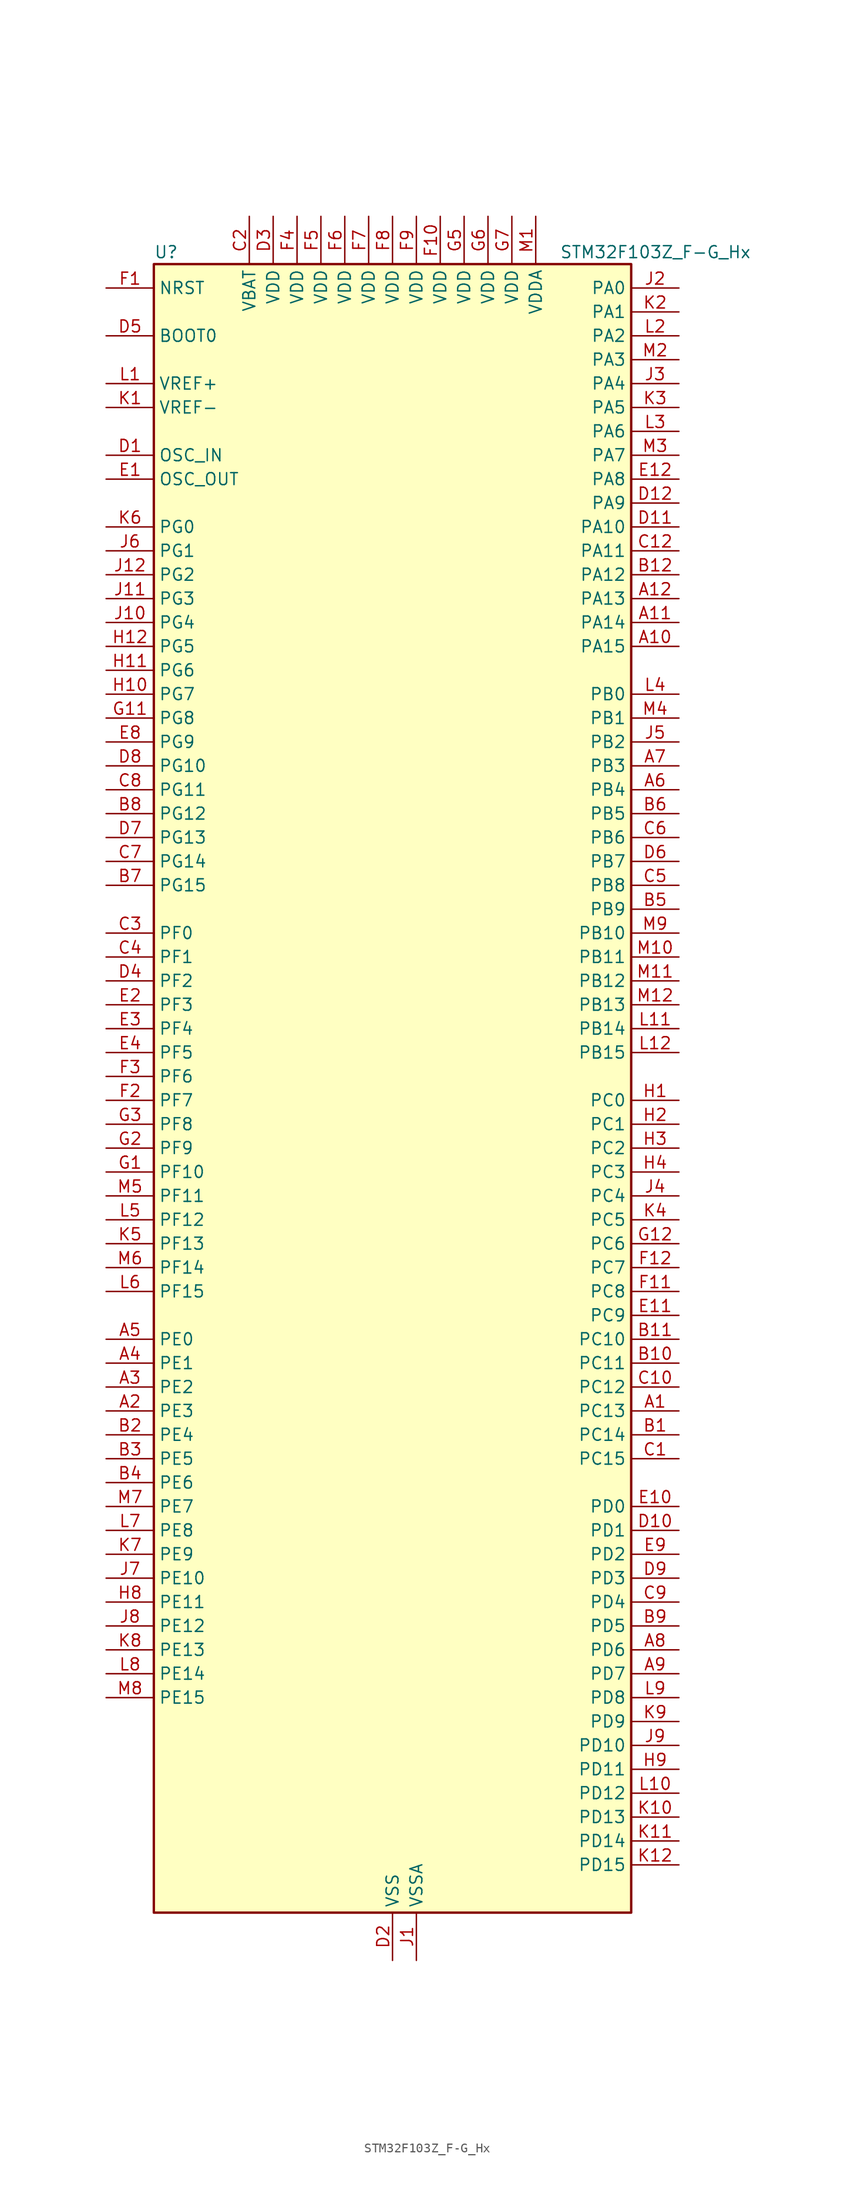
<source format=kicad_sym>
(kicad_symbol_lib
  (version 20231120)
  (generator "kicad_symbol_editor")
  (generator_version "8.0")
  (symbol "STM32F103Z_F-G_Hx"
    (property "Reference" "U"
      (at -25.4 90.17 0)
      (effects (font (size 1.27 1.27)) (justify left)))
    (property "Value" "STM32F103Z_F-G_Hx"
      (at 17.78 90.17 0)
      (effects (font (size 1.27 1.27)) (justify left)))
    (property "ki_locked" ""
      (at 0 0 0)
      (effects (font (size 1.27 1.27))))
    (symbol "STM32F103Z_F-G_Hx_0_1"
      (rectangle (start -25.4 -86.36) (end 25.4 88.9) (stroke (width 0.254) (type default)) (fill (type background))))
    (symbol "STM32F103Z_F-G_Hx_1_1"
      (pin bidirectional line (at 30.48 -33.02 180) (length 5.08) (name "PC13" (effects (font (size 1.27 1.27)))) (number "A1" (effects (font (size 1.27 1.27)))) (alternate "RTC_OUT" bidirectional line) (alternate "RTC_TAMPER" bidirectional line))
      (pin bidirectional line (at 30.48 48.26 180) (length 5.08) (name "PA15" (effects (font (size 1.27 1.27)))) (number "A10" (effects (font (size 1.27 1.27)))) (alternate "ADC1_EXTI15" bidirectional line) (alternate "ADC2_EXTI15" bidirectional line) (alternate "I2S3_WS" bidirectional line) (alternate "SPI1_NSS" bidirectional line) (alternate "SPI3_NSS" bidirectional line) (alternate "SYS_JTDI" bidirectional line) (alternate "TIM2_CH1" bidirectional line) (alternate "TIM2_ETR" bidirectional line))
      (pin bidirectional line (at 30.48 50.8 180) (length 5.08) (name "PA14" (effects (font (size 1.27 1.27)))) (number "A11" (effects (font (size 1.27 1.27)))) (alternate "SYS_JTCK-SWCLK" bidirectional line))
      (pin bidirectional line (at 30.48 53.34 180) (length 5.08) (name "PA13" (effects (font (size 1.27 1.27)))) (number "A12" (effects (font (size 1.27 1.27)))) (alternate "SYS_JTMS-SWDIO" bidirectional line))
      (pin bidirectional line (at -30.48 -33.02 0) (length 5.08) (name "PE3" (effects (font (size 1.27 1.27)))) (number "A2" (effects (font (size 1.27 1.27)))) (alternate "FSMC_A19" bidirectional line) (alternate "SYS_TRACED0" bidirectional line))
      (pin bidirectional line (at -30.48 -30.48 0) (length 5.08) (name "PE2" (effects (font (size 1.27 1.27)))) (number "A3" (effects (font (size 1.27 1.27)))) (alternate "FSMC_A23" bidirectional line) (alternate "SYS_TRACECLK" bidirectional line))
      (pin bidirectional line (at -30.48 -27.94 0) (length 5.08) (name "PE1" (effects (font (size 1.27 1.27)))) (number "A4" (effects (font (size 1.27 1.27)))) (alternate "FSMC_NBL1" bidirectional line))
      (pin bidirectional line (at -30.48 -25.4 0) (length 5.08) (name "PE0" (effects (font (size 1.27 1.27)))) (number "A5" (effects (font (size 1.27 1.27)))) (alternate "FSMC_NBL0" bidirectional line) (alternate "TIM4_ETR" bidirectional line))
      (pin bidirectional line (at 30.48 33.02 180) (length 5.08) (name "PB4" (effects (font (size 1.27 1.27)))) (number "A6" (effects (font (size 1.27 1.27)))) (alternate "SPI1_MISO" bidirectional line) (alternate "SPI3_MISO" bidirectional line) (alternate "SYS_NJTRST" bidirectional line) (alternate "TIM3_CH1" bidirectional line))
      (pin bidirectional line (at 30.48 35.56 180) (length 5.08) (name "PB3" (effects (font (size 1.27 1.27)))) (number "A7" (effects (font (size 1.27 1.27)))) (alternate "I2S3_CK" bidirectional line) (alternate "SPI1_SCK" bidirectional line) (alternate "SPI3_SCK" bidirectional line) (alternate "SYS_JTDO-TRACESWO" bidirectional line) (alternate "TIM2_CH2" bidirectional line))
      (pin bidirectional line (at 30.48 -58.42 180) (length 5.08) (name "PD6" (effects (font (size 1.27 1.27)))) (number "A8" (effects (font (size 1.27 1.27)))) (alternate "FSMC_NWAIT" bidirectional line) (alternate "USART2_RX" bidirectional line))
      (pin bidirectional line (at 30.48 -60.96 180) (length 5.08) (name "PD7" (effects (font (size 1.27 1.27)))) (number "A9" (effects (font (size 1.27 1.27)))) (alternate "FSMC_NCE2" bidirectional line) (alternate "FSMC_NE1" bidirectional line) (alternate "USART2_CK" bidirectional line))
      (pin bidirectional line (at 30.48 -35.56 180) (length 5.08) (name "PC14" (effects (font (size 1.27 1.27)))) (number "B1" (effects (font (size 1.27 1.27)))) (alternate "RCC_OSC32_IN" bidirectional line))
      (pin bidirectional line (at 30.48 -27.94 180) (length 5.08) (name "PC11" (effects (font (size 1.27 1.27)))) (number "B10" (effects (font (size 1.27 1.27)))) (alternate "ADC1_EXTI11" bidirectional line) (alternate "ADC2_EXTI11" bidirectional line) (alternate "SDIO_D3" bidirectional line) (alternate "UART4_RX" bidirectional line) (alternate "USART3_RX" bidirectional line))
      (pin bidirectional line (at 30.48 -25.4 180) (length 5.08) (name "PC10" (effects (font (size 1.27 1.27)))) (number "B11" (effects (font (size 1.27 1.27)))) (alternate "SDIO_D2" bidirectional line) (alternate "UART4_TX" bidirectional line) (alternate "USART3_TX" bidirectional line))
      (pin bidirectional line (at 30.48 55.88 180) (length 5.08) (name "PA12" (effects (font (size 1.27 1.27)))) (number "B12" (effects (font (size 1.27 1.27)))) (alternate "CAN_TX" bidirectional line) (alternate "TIM1_ETR" bidirectional line) (alternate "USART1_RTS" bidirectional line) (alternate "USB_DP" bidirectional line))
      (pin bidirectional line (at -30.48 -35.56 0) (length 5.08) (name "PE4" (effects (font (size 1.27 1.27)))) (number "B2" (effects (font (size 1.27 1.27)))) (alternate "FSMC_A20" bidirectional line) (alternate "SYS_TRACED1" bidirectional line))
      (pin bidirectional line (at -30.48 -38.1 0) (length 5.08) (name "PE5" (effects (font (size 1.27 1.27)))) (number "B3" (effects (font (size 1.27 1.27)))) (alternate "FSMC_A21" bidirectional line) (alternate "SYS_TRACED2" bidirectional line) (alternate "TIM9_CH1" bidirectional line))
      (pin bidirectional line (at -30.48 -40.64 0) (length 5.08) (name "PE6" (effects (font (size 1.27 1.27)))) (number "B4" (effects (font (size 1.27 1.27)))) (alternate "FSMC_A22" bidirectional line) (alternate "SYS_TRACED3" bidirectional line) (alternate "TIM9_CH2" bidirectional line))
      (pin bidirectional line (at 30.48 20.32 180) (length 5.08) (name "PB9" (effects (font (size 1.27 1.27)))) (number "B5" (effects (font (size 1.27 1.27)))) (alternate "CAN_TX" bidirectional line) (alternate "DAC_EXTI9" bidirectional line) (alternate "I2C1_SDA" bidirectional line) (alternate "SDIO_D5" bidirectional line) (alternate "TIM11_CH1" bidirectional line) (alternate "TIM4_CH4" bidirectional line))
      (pin bidirectional line (at 30.48 30.48 180) (length 5.08) (name "PB5" (effects (font (size 1.27 1.27)))) (number "B6" (effects (font (size 1.27 1.27)))) (alternate "I2C1_SMBA" bidirectional line) (alternate "I2S3_SD" bidirectional line) (alternate "SPI1_MOSI" bidirectional line) (alternate "SPI3_MOSI" bidirectional line) (alternate "TIM3_CH2" bidirectional line))
      (pin bidirectional line (at -30.48 22.86 0) (length 5.08) (name "PG15" (effects (font (size 1.27 1.27)))) (number "B7" (effects (font (size 1.27 1.27)))) (alternate "ADC1_EXTI15" bidirectional line) (alternate "ADC2_EXTI15" bidirectional line))
      (pin bidirectional line (at -30.48 30.48 0) (length 5.08) (name "PG12" (effects (font (size 1.27 1.27)))) (number "B8" (effects (font (size 1.27 1.27)))) (alternate "FSMC_NE4" bidirectional line))
      (pin bidirectional line (at 30.48 -55.88 180) (length 5.08) (name "PD5" (effects (font (size 1.27 1.27)))) (number "B9" (effects (font (size 1.27 1.27)))) (alternate "FSMC_NWE" bidirectional line) (alternate "USART2_TX" bidirectional line))
      (pin bidirectional line (at 30.48 -38.1 180) (length 5.08) (name "PC15" (effects (font (size 1.27 1.27)))) (number "C1" (effects (font (size 1.27 1.27)))) (alternate "ADC1_EXTI15" bidirectional line) (alternate "ADC2_EXTI15" bidirectional line) (alternate "RCC_OSC32_OUT" bidirectional line))
      (pin bidirectional line (at 30.48 -30.48 180) (length 5.08) (name "PC12" (effects (font (size 1.27 1.27)))) (number "C10" (effects (font (size 1.27 1.27)))) (alternate "SDIO_CK" bidirectional line) (alternate "UART5_TX" bidirectional line) (alternate "USART3_CK" bidirectional line))
      (pin no_connect line (at -25.4 -86.36 0) (length 5.08) hide (name "NC" (effects (font (size 1.27 1.27)))) (number "C11" (effects (font (size 1.27 1.27)))))
      (pin bidirectional line (at 30.48 58.42 180) (length 5.08) (name "PA11" (effects (font (size 1.27 1.27)))) (number "C12" (effects (font (size 1.27 1.27)))) (alternate "ADC1_EXTI11" bidirectional line) (alternate "ADC2_EXTI11" bidirectional line) (alternate "CAN_RX" bidirectional line) (alternate "TIM1_CH4" bidirectional line) (alternate "USART1_CTS" bidirectional line) (alternate "USB_DM" bidirectional line))
      (pin power_in line (at -15.24 93.98 270) (length 5.08) (name "VBAT" (effects (font (size 1.27 1.27)))) (number "C2" (effects (font (size 1.27 1.27)))))
      (pin bidirectional line (at -30.48 17.78 0) (length 5.08) (name "PF0" (effects (font (size 1.27 1.27)))) (number "C3" (effects (font (size 1.27 1.27)))) (alternate "FSMC_A0" bidirectional line))
      (pin bidirectional line (at -30.48 15.24 0) (length 5.08) (name "PF1" (effects (font (size 1.27 1.27)))) (number "C4" (effects (font (size 1.27 1.27)))) (alternate "FSMC_A1" bidirectional line))
      (pin bidirectional line (at 30.48 22.86 180) (length 5.08) (name "PB8" (effects (font (size 1.27 1.27)))) (number "C5" (effects (font (size 1.27 1.27)))) (alternate "CAN_RX" bidirectional line) (alternate "I2C1_SCL" bidirectional line) (alternate "SDIO_D4" bidirectional line) (alternate "TIM10_CH1" bidirectional line) (alternate "TIM4_CH3" bidirectional line))
      (pin bidirectional line (at 30.48 27.94 180) (length 5.08) (name "PB6" (effects (font (size 1.27 1.27)))) (number "C6" (effects (font (size 1.27 1.27)))) (alternate "I2C1_SCL" bidirectional line) (alternate "TIM4_CH1" bidirectional line) (alternate "USART1_TX" bidirectional line))
      (pin bidirectional line (at -30.48 25.4 0) (length 5.08) (name "PG14" (effects (font (size 1.27 1.27)))) (number "C7" (effects (font (size 1.27 1.27)))) (alternate "FSMC_A25" bidirectional line))
      (pin bidirectional line (at -30.48 33.02 0) (length 5.08) (name "PG11" (effects (font (size 1.27 1.27)))) (number "C8" (effects (font (size 1.27 1.27)))) (alternate "ADC1_EXTI11" bidirectional line) (alternate "ADC2_EXTI11" bidirectional line) (alternate "FSMC_NCE4_2" bidirectional line))
      (pin bidirectional line (at 30.48 -53.34 180) (length 5.08) (name "PD4" (effects (font (size 1.27 1.27)))) (number "C9" (effects (font (size 1.27 1.27)))) (alternate "FSMC_NOE" bidirectional line) (alternate "USART2_RTS" bidirectional line))
      (pin input line (at -30.48 68.58 0) (length 5.08) (name "OSC_IN" (effects (font (size 1.27 1.27)))) (number "D1" (effects (font (size 1.27 1.27)))) (alternate "RCC_OSC_IN" bidirectional line))
      (pin bidirectional line (at 30.48 -45.72 180) (length 5.08) (name "PD1" (effects (font (size 1.27 1.27)))) (number "D10" (effects (font (size 1.27 1.27)))) (alternate "CAN_TX" bidirectional line) (alternate "FSMC_D3" bidirectional line) (alternate "FSMC_DA3" bidirectional line))
      (pin bidirectional line (at 30.48 60.96 180) (length 5.08) (name "PA10" (effects (font (size 1.27 1.27)))) (number "D11" (effects (font (size 1.27 1.27)))) (alternate "TIM1_CH3" bidirectional line) (alternate "USART1_RX" bidirectional line))
      (pin bidirectional line (at 30.48 63.5 180) (length 5.08) (name "PA9" (effects (font (size 1.27 1.27)))) (number "D12" (effects (font (size 1.27 1.27)))) (alternate "DAC_EXTI9" bidirectional line) (alternate "TIM1_CH2" bidirectional line) (alternate "USART1_TX" bidirectional line))
      (pin power_in line (at 0 -91.44 90) (length 5.08) (name "VSS" (effects (font (size 1.27 1.27)))) (number "D2" (effects (font (size 1.27 1.27)))))
      (pin power_in line (at -12.7 93.98 270) (length 5.08) (name "VDD" (effects (font (size 1.27 1.27)))) (number "D3" (effects (font (size 1.27 1.27)))))
      (pin bidirectional line (at -30.48 12.7 0) (length 5.08) (name "PF2" (effects (font (size 1.27 1.27)))) (number "D4" (effects (font (size 1.27 1.27)))) (alternate "FSMC_A2" bidirectional line))
      (pin input line (at -30.48 81.28 0) (length 5.08) (name "BOOT0" (effects (font (size 1.27 1.27)))) (number "D5" (effects (font (size 1.27 1.27)))))
      (pin bidirectional line (at 30.48 25.4 180) (length 5.08) (name "PB7" (effects (font (size 1.27 1.27)))) (number "D6" (effects (font (size 1.27 1.27)))) (alternate "FSMC_NL" bidirectional line) (alternate "I2C1_SDA" bidirectional line) (alternate "TIM4_CH2" bidirectional line) (alternate "USART1_RX" bidirectional line))
      (pin bidirectional line (at -30.48 27.94 0) (length 5.08) (name "PG13" (effects (font (size 1.27 1.27)))) (number "D7" (effects (font (size 1.27 1.27)))) (alternate "FSMC_A24" bidirectional line))
      (pin bidirectional line (at -30.48 35.56 0) (length 5.08) (name "PG10" (effects (font (size 1.27 1.27)))) (number "D8" (effects (font (size 1.27 1.27)))) (alternate "FSMC_NCE4_1" bidirectional line) (alternate "FSMC_NE3" bidirectional line))
      (pin bidirectional line (at 30.48 -50.8 180) (length 5.08) (name "PD3" (effects (font (size 1.27 1.27)))) (number "D9" (effects (font (size 1.27 1.27)))) (alternate "FSMC_CLK" bidirectional line) (alternate "USART2_CTS" bidirectional line))
      (pin input line (at -30.48 66.04 0) (length 5.08) (name "OSC_OUT" (effects (font (size 1.27 1.27)))) (number "E1" (effects (font (size 1.27 1.27)))) (alternate "RCC_OSC_OUT" bidirectional line))
      (pin bidirectional line (at 30.48 -43.18 180) (length 5.08) (name "PD0" (effects (font (size 1.27 1.27)))) (number "E10" (effects (font (size 1.27 1.27)))) (alternate "CAN_RX" bidirectional line) (alternate "FSMC_D2" bidirectional line) (alternate "FSMC_DA2" bidirectional line))
      (pin bidirectional line (at 30.48 -22.86 180) (length 5.08) (name "PC9" (effects (font (size 1.27 1.27)))) (number "E11" (effects (font (size 1.27 1.27)))) (alternate "DAC_EXTI9" bidirectional line) (alternate "SDIO_D1" bidirectional line) (alternate "TIM3_CH4" bidirectional line) (alternate "TIM8_CH4" bidirectional line))
      (pin bidirectional line (at 30.48 66.04 180) (length 5.08) (name "PA8" (effects (font (size 1.27 1.27)))) (number "E12" (effects (font (size 1.27 1.27)))) (alternate "RCC_MCO" bidirectional line) (alternate "TIM1_CH1" bidirectional line) (alternate "USART1_CK" bidirectional line))
      (pin bidirectional line (at -30.48 10.16 0) (length 5.08) (name "PF3" (effects (font (size 1.27 1.27)))) (number "E2" (effects (font (size 1.27 1.27)))) (alternate "FSMC_A3" bidirectional line))
      (pin bidirectional line (at -30.48 7.62 0) (length 5.08) (name "PF4" (effects (font (size 1.27 1.27)))) (number "E3" (effects (font (size 1.27 1.27)))) (alternate "FSMC_A4" bidirectional line))
      (pin bidirectional line (at -30.48 5.08 0) (length 5.08) (name "PF5" (effects (font (size 1.27 1.27)))) (number "E4" (effects (font (size 1.27 1.27)))) (alternate "FSMC_A5" bidirectional line))
      (pin passive line (at 0 -91.44 90) (length 5.08) hide (name "VSS" (effects (font (size 1.27 1.27)))) (number "E5" (effects (font (size 1.27 1.27)))))
      (pin passive line (at 0 -91.44 90) (length 5.08) hide (name "VSS" (effects (font (size 1.27 1.27)))) (number "E6" (effects (font (size 1.27 1.27)))))
      (pin passive line (at 0 -91.44 90) (length 5.08) hide (name "VSS" (effects (font (size 1.27 1.27)))) (number "E7" (effects (font (size 1.27 1.27)))))
      (pin bidirectional line (at -30.48 38.1 0) (length 5.08) (name "PG9" (effects (font (size 1.27 1.27)))) (number "E8" (effects (font (size 1.27 1.27)))) (alternate "DAC_EXTI9" bidirectional line) (alternate "FSMC_NCE3" bidirectional line) (alternate "FSMC_NE2" bidirectional line))
      (pin bidirectional line (at 30.48 -48.26 180) (length 5.08) (name "PD2" (effects (font (size 1.27 1.27)))) (number "E9" (effects (font (size 1.27 1.27)))) (alternate "SDIO_CMD" bidirectional line) (alternate "TIM3_ETR" bidirectional line) (alternate "UART5_RX" bidirectional line))
      (pin input line (at -30.48 86.36 0) (length 5.08) (name "NRST" (effects (font (size 1.27 1.27)))) (number "F1" (effects (font (size 1.27 1.27)))))
      (pin power_in line (at 5.08 93.98 270) (length 5.08) (name "VDD" (effects (font (size 1.27 1.27)))) (number "F10" (effects (font (size 1.27 1.27)))))
      (pin bidirectional line (at 30.48 -20.32 180) (length 5.08) (name "PC8" (effects (font (size 1.27 1.27)))) (number "F11" (effects (font (size 1.27 1.27)))) (alternate "SDIO_D0" bidirectional line) (alternate "TIM3_CH3" bidirectional line) (alternate "TIM8_CH3" bidirectional line))
      (pin bidirectional line (at 30.48 -17.78 180) (length 5.08) (name "PC7" (effects (font (size 1.27 1.27)))) (number "F12" (effects (font (size 1.27 1.27)))) (alternate "I2S3_MCK" bidirectional line) (alternate "SDIO_D7" bidirectional line) (alternate "TIM3_CH2" bidirectional line) (alternate "TIM8_CH2" bidirectional line))
      (pin bidirectional line (at -30.48 0 0) (length 5.08) (name "PF7" (effects (font (size 1.27 1.27)))) (number "F2" (effects (font (size 1.27 1.27)))) (alternate "ADC3_IN5" bidirectional line) (alternate "FSMC_NREG" bidirectional line) (alternate "TIM11_CH1" bidirectional line))
      (pin bidirectional line (at -30.48 2.54 0) (length 5.08) (name "PF6" (effects (font (size 1.27 1.27)))) (number "F3" (effects (font (size 1.27 1.27)))) (alternate "ADC3_IN4" bidirectional line) (alternate "FSMC_NIORD" bidirectional line) (alternate "TIM10_CH1" bidirectional line))
      (pin power_in line (at -10.16 93.98 270) (length 5.08) (name "VDD" (effects (font (size 1.27 1.27)))) (number "F4" (effects (font (size 1.27 1.27)))))
      (pin power_in line (at -7.62 93.98 270) (length 5.08) (name "VDD" (effects (font (size 1.27 1.27)))) (number "F5" (effects (font (size 1.27 1.27)))))
      (pin power_in line (at -5.08 93.98 270) (length 5.08) (name "VDD" (effects (font (size 1.27 1.27)))) (number "F6" (effects (font (size 1.27 1.27)))))
      (pin power_in line (at -2.54 93.98 270) (length 5.08) (name "VDD" (effects (font (size 1.27 1.27)))) (number "F7" (effects (font (size 1.27 1.27)))))
      (pin power_in line (at 0 93.98 270) (length 5.08) (name "VDD" (effects (font (size 1.27 1.27)))) (number "F8" (effects (font (size 1.27 1.27)))))
      (pin power_in line (at 2.54 93.98 270) (length 5.08) (name "VDD" (effects (font (size 1.27 1.27)))) (number "F9" (effects (font (size 1.27 1.27)))))
      (pin bidirectional line (at -30.48 -7.62 0) (length 5.08) (name "PF10" (effects (font (size 1.27 1.27)))) (number "G1" (effects (font (size 1.27 1.27)))) (alternate "ADC3_IN8" bidirectional line) (alternate "FSMC_INTR" bidirectional line))
      (pin passive line (at 0 -91.44 90) (length 5.08) hide (name "VSS" (effects (font (size 1.27 1.27)))) (number "G10" (effects (font (size 1.27 1.27)))))
      (pin bidirectional line (at -30.48 40.64 0) (length 5.08) (name "PG8" (effects (font (size 1.27 1.27)))) (number "G11" (effects (font (size 1.27 1.27)))))
      (pin bidirectional line (at 30.48 -15.24 180) (length 5.08) (name "PC6" (effects (font (size 1.27 1.27)))) (number "G12" (effects (font (size 1.27 1.27)))) (alternate "I2S2_MCK" bidirectional line) (alternate "SDIO_D6" bidirectional line) (alternate "TIM3_CH1" bidirectional line) (alternate "TIM8_CH1" bidirectional line))
      (pin bidirectional line (at -30.48 -5.08 0) (length 5.08) (name "PF9" (effects (font (size 1.27 1.27)))) (number "G2" (effects (font (size 1.27 1.27)))) (alternate "ADC3_IN7" bidirectional line) (alternate "DAC_EXTI9" bidirectional line) (alternate "FSMC_CD" bidirectional line) (alternate "TIM14_CH1" bidirectional line))
      (pin bidirectional line (at -30.48 -2.54 0) (length 5.08) (name "PF8" (effects (font (size 1.27 1.27)))) (number "G3" (effects (font (size 1.27 1.27)))) (alternate "ADC3_IN6" bidirectional line) (alternate "FSMC_NIOWR" bidirectional line) (alternate "TIM13_CH1" bidirectional line))
      (pin passive line (at 0 -91.44 90) (length 5.08) hide (name "VSS" (effects (font (size 1.27 1.27)))) (number "G4" (effects (font (size 1.27 1.27)))))
      (pin power_in line (at 7.62 93.98 270) (length 5.08) (name "VDD" (effects (font (size 1.27 1.27)))) (number "G5" (effects (font (size 1.27 1.27)))))
      (pin power_in line (at 10.16 93.98 270) (length 5.08) (name "VDD" (effects (font (size 1.27 1.27)))) (number "G6" (effects (font (size 1.27 1.27)))))
      (pin power_in line (at 12.7 93.98 270) (length 5.08) (name "VDD" (effects (font (size 1.27 1.27)))) (number "G7" (effects (font (size 1.27 1.27)))))
      (pin passive line (at 0 -91.44 90) (length 5.08) hide (name "VSS" (effects (font (size 1.27 1.27)))) (number "G8" (effects (font (size 1.27 1.27)))))
      (pin passive line (at 0 -91.44 90) (length 5.08) hide (name "VSS" (effects (font (size 1.27 1.27)))) (number "G9" (effects (font (size 1.27 1.27)))))
      (pin bidirectional line (at 30.48 0 180) (length 5.08) (name "PC0" (effects (font (size 1.27 1.27)))) (number "H1" (effects (font (size 1.27 1.27)))) (alternate "ADC1_IN10" bidirectional line) (alternate "ADC2_IN10" bidirectional line) (alternate "ADC3_IN10" bidirectional line))
      (pin bidirectional line (at -30.48 43.18 0) (length 5.08) (name "PG7" (effects (font (size 1.27 1.27)))) (number "H10" (effects (font (size 1.27 1.27)))) (alternate "FSMC_INT3" bidirectional line))
      (pin bidirectional line (at -30.48 45.72 0) (length 5.08) (name "PG6" (effects (font (size 1.27 1.27)))) (number "H11" (effects (font (size 1.27 1.27)))) (alternate "FSMC_INT2" bidirectional line))
      (pin bidirectional line (at -30.48 48.26 0) (length 5.08) (name "PG5" (effects (font (size 1.27 1.27)))) (number "H12" (effects (font (size 1.27 1.27)))) (alternate "FSMC_A15" bidirectional line))
      (pin bidirectional line (at 30.48 -2.54 180) (length 5.08) (name "PC1" (effects (font (size 1.27 1.27)))) (number "H2" (effects (font (size 1.27 1.27)))) (alternate "ADC1_IN11" bidirectional line) (alternate "ADC2_IN11" bidirectional line) (alternate "ADC3_IN11" bidirectional line))
      (pin bidirectional line (at 30.48 -5.08 180) (length 5.08) (name "PC2" (effects (font (size 1.27 1.27)))) (number "H3" (effects (font (size 1.27 1.27)))) (alternate "ADC1_IN12" bidirectional line) (alternate "ADC2_IN12" bidirectional line) (alternate "ADC3_IN12" bidirectional line))
      (pin bidirectional line (at 30.48 -7.62 180) (length 5.08) (name "PC3" (effects (font (size 1.27 1.27)))) (number "H4" (effects (font (size 1.27 1.27)))) (alternate "ADC1_IN13" bidirectional line) (alternate "ADC2_IN13" bidirectional line) (alternate "ADC3_IN13" bidirectional line))
      (pin passive line (at 0 -91.44 90) (length 5.08) hide (name "VSS" (effects (font (size 1.27 1.27)))) (number "H5" (effects (font (size 1.27 1.27)))))
      (pin passive line (at 0 -91.44 90) (length 5.08) hide (name "VSS" (effects (font (size 1.27 1.27)))) (number "H6" (effects (font (size 1.27 1.27)))))
      (pin passive line (at 0 -91.44 90) (length 5.08) hide (name "VSS" (effects (font (size 1.27 1.27)))) (number "H7" (effects (font (size 1.27 1.27)))))
      (pin bidirectional line (at -30.48 -53.34 0) (length 5.08) (name "PE11" (effects (font (size 1.27 1.27)))) (number "H8" (effects (font (size 1.27 1.27)))) (alternate "ADC1_EXTI11" bidirectional line) (alternate "ADC2_EXTI11" bidirectional line) (alternate "FSMC_D8" bidirectional line) (alternate "FSMC_DA8" bidirectional line) (alternate "TIM1_CH2" bidirectional line))
      (pin bidirectional line (at 30.48 -71.12 180) (length 5.08) (name "PD11" (effects (font (size 1.27 1.27)))) (number "H9" (effects (font (size 1.27 1.27)))) (alternate "ADC1_EXTI11" bidirectional line) (alternate "ADC2_EXTI11" bidirectional line) (alternate "FSMC_A16" bidirectional line) (alternate "FSMC_CLE" bidirectional line) (alternate "USART3_CTS" bidirectional line))
      (pin power_in line (at 2.54 -91.44 90) (length 5.08) (name "VSSA" (effects (font (size 1.27 1.27)))) (number "J1" (effects (font (size 1.27 1.27)))))
      (pin bidirectional line (at -30.48 50.8 0) (length 5.08) (name "PG4" (effects (font (size 1.27 1.27)))) (number "J10" (effects (font (size 1.27 1.27)))) (alternate "FSMC_A14" bidirectional line))
      (pin bidirectional line (at -30.48 53.34 0) (length 5.08) (name "PG3" (effects (font (size 1.27 1.27)))) (number "J11" (effects (font (size 1.27 1.27)))) (alternate "FSMC_A13" bidirectional line))
      (pin bidirectional line (at -30.48 55.88 0) (length 5.08) (name "PG2" (effects (font (size 1.27 1.27)))) (number "J12" (effects (font (size 1.27 1.27)))) (alternate "FSMC_A12" bidirectional line))
      (pin bidirectional line (at 30.48 86.36 180) (length 5.08) (name "PA0" (effects (font (size 1.27 1.27)))) (number "J2" (effects (font (size 1.27 1.27)))) (alternate "ADC1_IN0" bidirectional line) (alternate "ADC2_IN0" bidirectional line) (alternate "ADC3_IN0" bidirectional line) (alternate "SYS_WKUP" bidirectional line) (alternate "TIM2_CH1" bidirectional line) (alternate "TIM2_ETR" bidirectional line) (alternate "TIM5_CH1" bidirectional line) (alternate "TIM8_ETR" bidirectional line) (alternate "USART2_CTS" bidirectional line))
      (pin bidirectional line (at 30.48 76.2 180) (length 5.08) (name "PA4" (effects (font (size 1.27 1.27)))) (number "J3" (effects (font (size 1.27 1.27)))) (alternate "ADC1_IN4" bidirectional line) (alternate "ADC2_IN4" bidirectional line) (alternate "DAC_OUT1" bidirectional line) (alternate "SPI1_NSS" bidirectional line) (alternate "USART2_CK" bidirectional line))
      (pin bidirectional line (at 30.48 -10.16 180) (length 5.08) (name "PC4" (effects (font (size 1.27 1.27)))) (number "J4" (effects (font (size 1.27 1.27)))) (alternate "ADC1_IN14" bidirectional line) (alternate "ADC2_IN14" bidirectional line))
      (pin bidirectional line (at 30.48 38.1 180) (length 5.08) (name "PB2" (effects (font (size 1.27 1.27)))) (number "J5" (effects (font (size 1.27 1.27)))))
      (pin bidirectional line (at -30.48 58.42 0) (length 5.08) (name "PG1" (effects (font (size 1.27 1.27)))) (number "J6" (effects (font (size 1.27 1.27)))) (alternate "FSMC_A11" bidirectional line))
      (pin bidirectional line (at -30.48 -50.8 0) (length 5.08) (name "PE10" (effects (font (size 1.27 1.27)))) (number "J7" (effects (font (size 1.27 1.27)))) (alternate "FSMC_D7" bidirectional line) (alternate "FSMC_DA7" bidirectional line) (alternate "TIM1_CH2N" bidirectional line))
      (pin bidirectional line (at -30.48 -55.88 0) (length 5.08) (name "PE12" (effects (font (size 1.27 1.27)))) (number "J8" (effects (font (size 1.27 1.27)))) (alternate "FSMC_D9" bidirectional line) (alternate "FSMC_DA9" bidirectional line) (alternate "TIM1_CH3N" bidirectional line))
      (pin bidirectional line (at 30.48 -68.58 180) (length 5.08) (name "PD10" (effects (font (size 1.27 1.27)))) (number "J9" (effects (font (size 1.27 1.27)))) (alternate "FSMC_D15" bidirectional line) (alternate "FSMC_DA15" bidirectional line) (alternate "USART3_CK" bidirectional line))
      (pin input line (at -30.48 73.66 0) (length 5.08) (name "VREF-" (effects (font (size 1.27 1.27)))) (number "K1" (effects (font (size 1.27 1.27)))))
      (pin bidirectional line (at 30.48 -76.2 180) (length 5.08) (name "PD13" (effects (font (size 1.27 1.27)))) (number "K10" (effects (font (size 1.27 1.27)))) (alternate "FSMC_A18" bidirectional line) (alternate "TIM4_CH2" bidirectional line))
      (pin bidirectional line (at 30.48 -78.74 180) (length 5.08) (name "PD14" (effects (font (size 1.27 1.27)))) (number "K11" (effects (font (size 1.27 1.27)))) (alternate "FSMC_D0" bidirectional line) (alternate "FSMC_DA0" bidirectional line) (alternate "TIM4_CH3" bidirectional line))
      (pin bidirectional line (at 30.48 -81.28 180) (length 5.08) (name "PD15" (effects (font (size 1.27 1.27)))) (number "K12" (effects (font (size 1.27 1.27)))) (alternate "ADC1_EXTI15" bidirectional line) (alternate "ADC2_EXTI15" bidirectional line) (alternate "FSMC_D1" bidirectional line) (alternate "FSMC_DA1" bidirectional line) (alternate "TIM4_CH4" bidirectional line))
      (pin bidirectional line (at 30.48 83.82 180) (length 5.08) (name "PA1" (effects (font (size 1.27 1.27)))) (number "K2" (effects (font (size 1.27 1.27)))) (alternate "ADC1_IN1" bidirectional line) (alternate "ADC2_IN1" bidirectional line) (alternate "ADC3_IN1" bidirectional line) (alternate "TIM2_CH2" bidirectional line) (alternate "TIM5_CH2" bidirectional line) (alternate "USART2_RTS" bidirectional line))
      (pin bidirectional line (at 30.48 73.66 180) (length 5.08) (name "PA5" (effects (font (size 1.27 1.27)))) (number "K3" (effects (font (size 1.27 1.27)))) (alternate "ADC1_IN5" bidirectional line) (alternate "ADC2_IN5" bidirectional line) (alternate "DAC_OUT2" bidirectional line) (alternate "SPI1_SCK" bidirectional line))
      (pin bidirectional line (at 30.48 -12.7 180) (length 5.08) (name "PC5" (effects (font (size 1.27 1.27)))) (number "K4" (effects (font (size 1.27 1.27)))) (alternate "ADC1_IN15" bidirectional line) (alternate "ADC2_IN15" bidirectional line))
      (pin bidirectional line (at -30.48 -15.24 0) (length 5.08) (name "PF13" (effects (font (size 1.27 1.27)))) (number "K5" (effects (font (size 1.27 1.27)))) (alternate "FSMC_A7" bidirectional line))
      (pin bidirectional line (at -30.48 60.96 0) (length 5.08) (name "PG0" (effects (font (size 1.27 1.27)))) (number "K6" (effects (font (size 1.27 1.27)))) (alternate "FSMC_A10" bidirectional line))
      (pin bidirectional line (at -30.48 -48.26 0) (length 5.08) (name "PE9" (effects (font (size 1.27 1.27)))) (number "K7" (effects (font (size 1.27 1.27)))) (alternate "DAC_EXTI9" bidirectional line) (alternate "FSMC_D6" bidirectional line) (alternate "FSMC_DA6" bidirectional line) (alternate "TIM1_CH1" bidirectional line))
      (pin bidirectional line (at -30.48 -58.42 0) (length 5.08) (name "PE13" (effects (font (size 1.27 1.27)))) (number "K8" (effects (font (size 1.27 1.27)))) (alternate "FSMC_D10" bidirectional line) (alternate "FSMC_DA10" bidirectional line) (alternate "TIM1_CH3" bidirectional line))
      (pin bidirectional line (at 30.48 -66.04 180) (length 5.08) (name "PD9" (effects (font (size 1.27 1.27)))) (number "K9" (effects (font (size 1.27 1.27)))) (alternate "DAC_EXTI9" bidirectional line) (alternate "FSMC_D14" bidirectional line) (alternate "FSMC_DA14" bidirectional line) (alternate "USART3_RX" bidirectional line))
      (pin input line (at -30.48 76.2 0) (length 5.08) (name "VREF+" (effects (font (size 1.27 1.27)))) (number "L1" (effects (font (size 1.27 1.27)))))
      (pin bidirectional line (at 30.48 -73.66 180) (length 5.08) (name "PD12" (effects (font (size 1.27 1.27)))) (number "L10" (effects (font (size 1.27 1.27)))) (alternate "FSMC_A17" bidirectional line) (alternate "FSMC_ALE" bidirectional line) (alternate "TIM4_CH1" bidirectional line) (alternate "USART3_RTS" bidirectional line))
      (pin bidirectional line (at 30.48 7.62 180) (length 5.08) (name "PB14" (effects (font (size 1.27 1.27)))) (number "L11" (effects (font (size 1.27 1.27)))) (alternate "SPI2_MISO" bidirectional line) (alternate "TIM12_CH1" bidirectional line) (alternate "TIM1_CH2N" bidirectional line) (alternate "USART3_RTS" bidirectional line))
      (pin bidirectional line (at 30.48 5.08 180) (length 5.08) (name "PB15" (effects (font (size 1.27 1.27)))) (number "L12" (effects (font (size 1.27 1.27)))) (alternate "ADC1_EXTI15" bidirectional line) (alternate "ADC2_EXTI15" bidirectional line) (alternate "I2S2_SD" bidirectional line) (alternate "SPI2_MOSI" bidirectional line) (alternate "TIM12_CH2" bidirectional line) (alternate "TIM1_CH3N" bidirectional line))
      (pin bidirectional line (at 30.48 81.28 180) (length 5.08) (name "PA2" (effects (font (size 1.27 1.27)))) (number "L2" (effects (font (size 1.27 1.27)))) (alternate "ADC1_IN2" bidirectional line) (alternate "ADC2_IN2" bidirectional line) (alternate "ADC3_IN2" bidirectional line) (alternate "TIM2_CH3" bidirectional line) (alternate "TIM5_CH3" bidirectional line) (alternate "TIM9_CH1" bidirectional line) (alternate "USART2_TX" bidirectional line))
      (pin bidirectional line (at 30.48 71.12 180) (length 5.08) (name "PA6" (effects (font (size 1.27 1.27)))) (number "L3" (effects (font (size 1.27 1.27)))) (alternate "ADC1_IN6" bidirectional line) (alternate "ADC2_IN6" bidirectional line) (alternate "SPI1_MISO" bidirectional line) (alternate "TIM13_CH1" bidirectional line) (alternate "TIM1_BKIN" bidirectional line) (alternate "TIM3_CH1" bidirectional line) (alternate "TIM8_BKIN" bidirectional line))
      (pin bidirectional line (at 30.48 43.18 180) (length 5.08) (name "PB0" (effects (font (size 1.27 1.27)))) (number "L4" (effects (font (size 1.27 1.27)))) (alternate "ADC1_IN8" bidirectional line) (alternate "ADC2_IN8" bidirectional line) (alternate "TIM1_CH2N" bidirectional line) (alternate "TIM3_CH3" bidirectional line) (alternate "TIM8_CH2N" bidirectional line))
      (pin bidirectional line (at -30.48 -12.7 0) (length 5.08) (name "PF12" (effects (font (size 1.27 1.27)))) (number "L5" (effects (font (size 1.27 1.27)))) (alternate "FSMC_A6" bidirectional line))
      (pin bidirectional line (at -30.48 -20.32 0) (length 5.08) (name "PF15" (effects (font (size 1.27 1.27)))) (number "L6" (effects (font (size 1.27 1.27)))) (alternate "ADC1_EXTI15" bidirectional line) (alternate "ADC2_EXTI15" bidirectional line) (alternate "FSMC_A9" bidirectional line))
      (pin bidirectional line (at -30.48 -45.72 0) (length 5.08) (name "PE8" (effects (font (size 1.27 1.27)))) (number "L7" (effects (font (size 1.27 1.27)))) (alternate "FSMC_D5" bidirectional line) (alternate "FSMC_DA5" bidirectional line) (alternate "TIM1_CH1N" bidirectional line))
      (pin bidirectional line (at -30.48 -60.96 0) (length 5.08) (name "PE14" (effects (font (size 1.27 1.27)))) (number "L8" (effects (font (size 1.27 1.27)))) (alternate "FSMC_D11" bidirectional line) (alternate "FSMC_DA11" bidirectional line) (alternate "TIM1_CH4" bidirectional line))
      (pin bidirectional line (at 30.48 -63.5 180) (length 5.08) (name "PD8" (effects (font (size 1.27 1.27)))) (number "L9" (effects (font (size 1.27 1.27)))) (alternate "FSMC_D13" bidirectional line) (alternate "FSMC_DA13" bidirectional line) (alternate "USART3_TX" bidirectional line))
      (pin power_in line (at 15.24 93.98 270) (length 5.08) (name "VDDA" (effects (font (size 1.27 1.27)))) (number "M1" (effects (font (size 1.27 1.27)))))
      (pin bidirectional line (at 30.48 15.24 180) (length 5.08) (name "PB11" (effects (font (size 1.27 1.27)))) (number "M10" (effects (font (size 1.27 1.27)))) (alternate "ADC1_EXTI11" bidirectional line) (alternate "ADC2_EXTI11" bidirectional line) (alternate "I2C2_SDA" bidirectional line) (alternate "TIM2_CH4" bidirectional line) (alternate "USART3_RX" bidirectional line))
      (pin bidirectional line (at 30.48 12.7 180) (length 5.08) (name "PB12" (effects (font (size 1.27 1.27)))) (number "M11" (effects (font (size 1.27 1.27)))) (alternate "I2C2_SMBA" bidirectional line) (alternate "I2S2_WS" bidirectional line) (alternate "SPI2_NSS" bidirectional line) (alternate "TIM1_BKIN" bidirectional line) (alternate "USART3_CK" bidirectional line))
      (pin bidirectional line (at 30.48 10.16 180) (length 5.08) (name "PB13" (effects (font (size 1.27 1.27)))) (number "M12" (effects (font (size 1.27 1.27)))) (alternate "I2S2_CK" bidirectional line) (alternate "SPI2_SCK" bidirectional line) (alternate "TIM1_CH1N" bidirectional line) (alternate "USART3_CTS" bidirectional line))
      (pin bidirectional line (at 30.48 78.74 180) (length 5.08) (name "PA3" (effects (font (size 1.27 1.27)))) (number "M2" (effects (font (size 1.27 1.27)))) (alternate "ADC1_IN3" bidirectional line) (alternate "ADC2_IN3" bidirectional line) (alternate "ADC3_IN3" bidirectional line) (alternate "TIM2_CH4" bidirectional line) (alternate "TIM5_CH4" bidirectional line) (alternate "TIM9_CH2" bidirectional line) (alternate "USART2_RX" bidirectional line))
      (pin bidirectional line (at 30.48 68.58 180) (length 5.08) (name "PA7" (effects (font (size 1.27 1.27)))) (number "M3" (effects (font (size 1.27 1.27)))) (alternate "ADC1_IN7" bidirectional line) (alternate "ADC2_IN7" bidirectional line) (alternate "SPI1_MOSI" bidirectional line) (alternate "TIM14_CH1" bidirectional line) (alternate "TIM1_CH1N" bidirectional line) (alternate "TIM3_CH2" bidirectional line) (alternate "TIM8_CH1N" bidirectional line))
      (pin bidirectional line (at 30.48 40.64 180) (length 5.08) (name "PB1" (effects (font (size 1.27 1.27)))) (number "M4" (effects (font (size 1.27 1.27)))) (alternate "ADC1_IN9" bidirectional line) (alternate "ADC2_IN9" bidirectional line) (alternate "TIM1_CH3N" bidirectional line) (alternate "TIM3_CH4" bidirectional line) (alternate "TIM8_CH3N" bidirectional line))
      (pin bidirectional line (at -30.48 -10.16 0) (length 5.08) (name "PF11" (effects (font (size 1.27 1.27)))) (number "M5" (effects (font (size 1.27 1.27)))) (alternate "ADC1_EXTI11" bidirectional line) (alternate "ADC2_EXTI11" bidirectional line) (alternate "FSMC_NIOS16" bidirectional line))
      (pin bidirectional line (at -30.48 -17.78 0) (length 5.08) (name "PF14" (effects (font (size 1.27 1.27)))) (number "M6" (effects (font (size 1.27 1.27)))) (alternate "FSMC_A8" bidirectional line))
      (pin bidirectional line (at -30.48 -43.18 0) (length 5.08) (name "PE7" (effects (font (size 1.27 1.27)))) (number "M7" (effects (font (size 1.27 1.27)))) (alternate "FSMC_D4" bidirectional line) (alternate "FSMC_DA4" bidirectional line) (alternate "TIM1_ETR" bidirectional line))
      (pin bidirectional line (at -30.48 -63.5 0) (length 5.08) (name "PE15" (effects (font (size 1.27 1.27)))) (number "M8" (effects (font (size 1.27 1.27)))) (alternate "ADC1_EXTI15" bidirectional line) (alternate "ADC2_EXTI15" bidirectional line) (alternate "FSMC_D12" bidirectional line) (alternate "FSMC_DA12" bidirectional line) (alternate "TIM1_BKIN" bidirectional line))
      (pin bidirectional line (at 30.48 17.78 180) (length 5.08) (name "PB10" (effects (font (size 1.27 1.27)))) (number "M9" (effects (font (size 1.27 1.27)))) (alternate "I2C2_SCL" bidirectional line) (alternate "TIM2_CH3" bidirectional line) (alternate "USART3_TX" bidirectional line)))))
</source>
